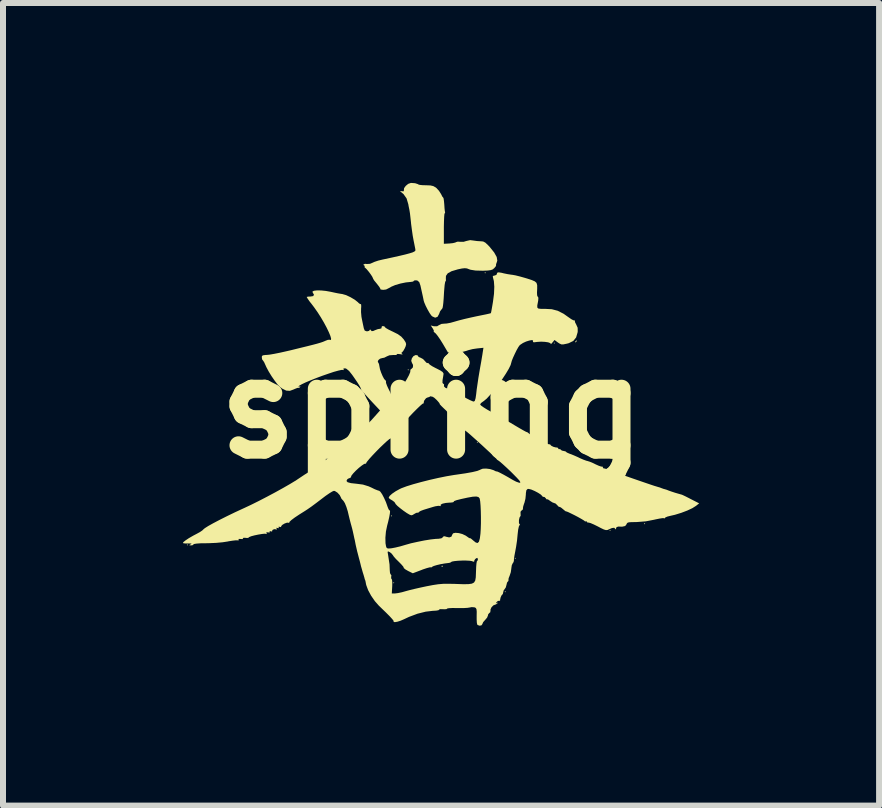
<source format=kicad_pcb>
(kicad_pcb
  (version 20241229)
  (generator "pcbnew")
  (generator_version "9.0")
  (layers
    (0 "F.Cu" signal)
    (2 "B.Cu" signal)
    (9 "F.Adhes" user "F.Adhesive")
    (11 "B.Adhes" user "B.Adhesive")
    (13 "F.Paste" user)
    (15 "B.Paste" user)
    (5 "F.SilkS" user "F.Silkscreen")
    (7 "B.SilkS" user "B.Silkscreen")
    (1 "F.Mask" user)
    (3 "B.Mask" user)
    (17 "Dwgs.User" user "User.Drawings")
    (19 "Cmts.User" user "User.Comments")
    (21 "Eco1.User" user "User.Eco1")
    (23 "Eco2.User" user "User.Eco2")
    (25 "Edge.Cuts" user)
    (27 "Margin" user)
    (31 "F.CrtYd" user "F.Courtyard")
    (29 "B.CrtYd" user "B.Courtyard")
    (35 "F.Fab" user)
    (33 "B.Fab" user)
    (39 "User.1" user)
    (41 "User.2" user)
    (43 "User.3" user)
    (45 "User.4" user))
  (footprint "spring"
    (layer "F.Cu")
    (at 4.156 3.758)
    (property "Reference" "spring" (at 0 0 0) (layer "F.SilkS") (effects (font (size 1.524 1.524) (thickness 0.3))))
    (attr board_only exclude_from_pos_files exclude_from_bom)
    (fp_poly (pts (xy -4.072 2.278) (xy -4.081 2.287) (xy -4.091 2.278) (xy -4.081 2.269)) (stroke (width 0) (type solid)) (fill yes) (layer "F.SilkS"))
    (fp_poly (pts (xy -0.669 1.794) (xy -0.679 1.804) (xy -0.688 1.794) (xy -0.679 1.785)) (stroke (width 0) (type solid)) (fill yes) (layer "F.SilkS"))
    (fp_poly (pts (xy -0.632 2.91) (xy -0.642 2.919) (xy -0.651 2.91) (xy -0.642 2.901)) (stroke (width 0) (type solid)) (fill yes) (layer "F.SilkS"))
    (fp_poly (pts (xy -0.39 -0.642) (xy -0.4 -0.632) (xy -0.409 -0.642) (xy -0.4 -0.651)) (stroke (width 0) (type solid)) (fill yes) (layer "F.SilkS"))
    (fp_poly (pts (xy 0.762 0.567) (xy 0.753 0.576) (xy 0.744 0.567) (xy 0.753 0.558)) (stroke (width 0) (type solid)) (fill yes) (layer "F.SilkS"))
    (fp_poly (pts (xy 0.893 -2.259) (xy 0.883 -2.25) (xy 0.874 -2.259) (xy 0.883 -2.269)) (stroke (width 0) (type solid)) (fill yes) (layer "F.SilkS"))
    (fp_poly (pts (xy 1.227 3.059) (xy 1.218 3.068) (xy 1.209 3.059) (xy 1.218 3.049)) (stroke (width 0) (type solid)) (fill yes) (layer "F.SilkS"))
    (fp_poly (pts (xy 1.395 2.501) (xy 1.385 2.51) (xy 1.376 2.501) (xy 1.385 2.492)) (stroke (width 0) (type solid)) (fill yes) (layer "F.SilkS"))
    (fp_poly (pts (xy 2.045 -1.088) (xy 2.036 -1.078) (xy 2.027 -1.088) (xy 2.036 -1.097)) (stroke (width 0) (type solid)) (fill yes) (layer "F.SilkS"))
    (fp_poly (pts (xy 2.975 2.036) (xy 2.966 2.045) (xy 2.957 2.036) (xy 2.966 2.027)) (stroke (width 0) (type solid)) (fill yes) (layer "F.SilkS"))
    (fp_poly (pts (xy 3.552 1.925) (xy 3.542 1.934) (xy 3.533 1.925) (xy 3.542 1.915)) (stroke (width 0) (type solid)) (fill yes) (layer "F.SilkS"))
    (fp_poly (pts (xy 0.18 2.628) (xy 0.177 2.639) (xy 0.167 2.64) (xy 0.152 2.634) (xy 0.155 2.628) (xy 0.177 2.626)) (stroke (width 0) (type solid)) (fill yes) (layer "F.SilkS"))
    (fp_poly (pts (xy 2.411 -1.122) (xy 2.408 -1.116) (xy 2.39 -1.098) (xy 2.387 -1.097) (xy 2.386 -1.109) (xy 2.389 -1.116) (xy 2.407 -1.133) (xy 2.41 -1.134)) (stroke (width 0) (type solid)) (fill yes) (layer "F.SilkS"))
    (fp_poly (pts (xy -0.285 -3.753) (xy -0.238 -3.738) (xy -0.23 -3.732) (xy -0.206 -3.725) (xy -0.156 -3.72) (xy -0.101 -3.719) (xy -0.029 -3.716) (xy 0.019 -3.705) (xy 0.058 -3.683) (xy 0.071 -3.673) (xy 0.114 -3.626) (xy 0.147 -3.574) (xy 0.149 -3.571) (xy 0.168 -3.532) (xy 0.183 -3.514) (xy 0.184 -3.514) (xy 0.191 -3.497) (xy 0.197 -3.453) (xy 0.202 -3.399) (xy 0.206 -3.336) (xy 0.211 -3.288) (xy 0.216 -3.269) (xy 0.213 -3.254) (xy 0.21 -3.254) (xy 0.204 -3.237) (xy 0.2 -3.189) (xy 0.197 -3.117) (xy 0.195 -3.028) (xy 0.195 -2.998) (xy 0.195 -2.743) (xy 0.288 -2.748) (xy 0.345 -2.754) (xy 0.386 -2.764) (xy 0.397 -2.77) (xy 0.426 -2.779) (xy 0.469 -2.776) (xy 0.525 -2.776) (xy 0.567 -2.789) (xy 0.633 -2.804) (xy 0.682 -2.798) (xy 0.747 -2.789) (xy 0.809 -2.785) (xy 0.813 -2.785) (xy 0.851 -2.781) (xy 0.887 -2.762) (xy 0.93 -2.722) (xy 0.96 -2.69) (xy 1.034 -2.598) (xy 1.076 -2.523) (xy 1.086 -2.462) (xy 1.077 -2.434) (xy 1.065 -2.401) (xy 1.066 -2.386) (xy 1.061 -2.368) (xy 1.036 -2.338) (xy 1.035 -2.337) (xy 1.01 -2.316) (xy 0.977 -2.304) (xy 0.927 -2.297) (xy 0.851 -2.294) (xy 0.837 -2.294) (xy 0.723 -2.297) (xy 0.641 -2.31) (xy 0.617 -2.318) (xy 0.581 -2.332) (xy 0.544 -2.336) (xy 0.496 -2.331) (xy 0.424 -2.316) (xy 0.422 -2.315) (xy 0.324 -2.286) (xy 0.26 -2.251) (xy 0.23 -2.208) (xy 0.228 -2.165) (xy 0.23 -2.131) (xy 0.223 -2.12) (xy 0.216 -2.103) (xy 0.208 -2.056) (xy 0.202 -1.988) (xy 0.198 -1.938) (xy 0.192 -1.833) (xy 0.186 -1.758) (xy 0.18 -1.708) (xy 0.174 -1.676) (xy 0.165 -1.658) (xy 0.154 -1.646) (xy 0.153 -1.646) (xy 0.131 -1.615) (xy 0.115 -1.571) (xy 0.089 -1.525) (xy 0.05 -1.511) (xy 0.004 -1.531) (xy -0.014 -1.547) (xy -0.042 -1.587) (xy -0.076 -1.646) (xy -0.109 -1.711) (xy -0.133 -1.768) (xy -0.141 -1.794) (xy -0.146 -1.819) (xy -0.156 -1.868) (xy -0.17 -1.931) (xy -0.184 -1.994) (xy -0.195 -2.045) (xy -0.215 -2.103) (xy -0.246 -2.13) (xy -0.27 -2.134) (xy -0.302 -2.13) (xy -0.308 -2.122) (xy -0.319 -2.113) (xy -0.35 -2.108) (xy -0.438 -2.099) (xy -0.53 -2.08) (xy -0.616 -2.055) (xy -0.682 -2.027) (xy -0.701 -2.015) (xy -0.768 -1.981) (xy -0.817 -1.975) (xy -0.853 -1.98) (xy -0.865 -1.986) (xy -0.864 -1.987) (xy -0.866 -1.999) (xy -0.884 -2.028) (xy -0.922 -2.077) (xy -0.968 -2.133) (xy -0.985 -2.162) (xy -0.988 -2.171) (xy -1 -2.196) (xy -1.027 -2.237) (xy -1.061 -2.282) (xy -1.093 -2.32) (xy -1.116 -2.342) (xy -1.12 -2.343) (xy -1.128 -2.354) (xy -1.125 -2.361) (xy -1.127 -2.379) (xy -1.134 -2.38) (xy -1.146 -2.391) (xy -1.144 -2.399) (xy -1.119 -2.409) (xy -1.088 -2.406) (xy -1.037 -2.409) (xy -1.001 -2.424) (xy -0.961 -2.442) (xy -0.898 -2.463) (xy -0.827 -2.48) (xy -0.669 -2.514) (xy -0.544 -2.542) (xy -0.447 -2.565) (xy -0.377 -2.584) (xy -0.328 -2.599) (xy -0.298 -2.613) (xy -0.283 -2.625) (xy -0.279 -2.636) (xy -0.282 -2.66) (xy -0.292 -2.71) (xy -0.305 -2.776) (xy -0.308 -2.789) (xy -0.324 -2.877) (xy -0.339 -2.982) (xy -0.352 -3.082) (xy -0.353 -3.097) (xy -0.362 -3.178) (xy -0.37 -3.249) (xy -0.378 -3.299) (xy -0.38 -3.311) (xy -0.392 -3.368) (xy -0.398 -3.403) (xy -0.427 -3.5) (xy -0.478 -3.572) (xy -0.496 -3.587) (xy -0.529 -3.614) (xy -0.533 -3.623) (xy -0.51 -3.62) (xy -0.505 -3.619) (xy -0.474 -3.618) (xy -0.472 -3.635) (xy -0.472 -3.636) (xy -0.468 -3.671) (xy -0.44 -3.709) (xy -0.4 -3.742) (xy -0.357 -3.757) (xy -0.353 -3.758)) (stroke (width 0) (type solid)) (fill yes) (layer "F.SilkS"))
    (fp_poly (pts (xy 1.159 -2.259) (xy 1.19 -2.251) (xy 1.253 -2.238) (xy 1.323 -2.227) (xy 1.336 -2.226) (xy 1.391 -2.216) (xy 1.467 -2.197) (xy 1.552 -2.173) (xy 1.582 -2.164) (xy 1.662 -2.138) (xy 1.712 -2.116) (xy 1.74 -2.091) (xy 1.751 -2.052) (xy 1.751 -1.992) (xy 1.748 -1.929) (xy 1.75 -1.884) (xy 1.759 -1.861) (xy 1.763 -1.859) (xy 1.771 -1.843) (xy 1.768 -1.798) (xy 1.765 -1.78) (xy 1.753 -1.717) (xy 1.753 -1.68) (xy 1.771 -1.663) (xy 1.814 -1.658) (xy 1.883 -1.658) (xy 1.995 -1.652) (xy 2.094 -1.626) (xy 2.192 -1.576) (xy 2.271 -1.52) (xy 2.32 -1.486) (xy 2.356 -1.467) (xy 2.371 -1.466) (xy 2.379 -1.465) (xy 2.378 -1.46) (xy 2.383 -1.433) (xy 2.404 -1.393) (xy 2.404 -1.392) (xy 2.426 -1.343) (xy 2.427 -1.283) (xy 2.425 -1.266) (xy 2.4 -1.181) (xy 2.353 -1.123) (xy 2.278 -1.086) (xy 2.248 -1.078) (xy 2.19 -1.066) (xy 2.153 -1.066) (xy 2.121 -1.081) (xy 2.097 -1.097) (xy 2.04 -1.139) (xy 2.004 -1.095) (xy 1.982 -1.071) (xy 1.978 -1.07) (xy 1.979 -1.072) (xy 1.97 -1.087) (xy 1.934 -1.1) (xy 1.879 -1.108) (xy 1.816 -1.111) (xy 1.754 -1.107) (xy 1.744 -1.106) (xy 1.696 -1.1) (xy 1.679 -1.107) (xy 1.682 -1.114) (xy 1.682 -1.132) (xy 1.658 -1.137) (xy 1.617 -1.129) (xy 1.566 -1.113) (xy 1.514 -1.089) (xy 1.47 -1.06) (xy 1.459 -1.051) (xy 1.438 -1.022) (xy 1.409 -0.971) (xy 1.378 -0.908) (xy 1.349 -0.845) (xy 1.328 -0.793) (xy 1.32 -0.764) (xy 1.308 -0.721) (xy 1.276 -0.656) (xy 1.228 -0.576) (xy 1.169 -0.486) (xy 1.103 -0.394) (xy 1.035 -0.305) (xy 0.969 -0.226) (xy 0.91 -0.162) (xy 0.861 -0.121) (xy 0.849 -0.113) (xy 0.814 -0.087) (xy 0.8 -0.064) (xy 0.815 -0.046) (xy 0.857 -0.016) (xy 0.918 0.022) (xy 0.981 0.057) (xy 1.073 0.108) (xy 1.182 0.17) (xy 1.292 0.234) (xy 1.371 0.281) (xy 1.449 0.327) (xy 1.513 0.364) (xy 1.559 0.389) (xy 1.58 0.398) (xy 1.581 0.398) (xy 1.592 0.402) (xy 1.617 0.423) (xy 1.652 0.449) (xy 1.705 0.482) (xy 1.769 0.518) (xy 1.835 0.552) (xy 1.894 0.58) (xy 1.938 0.598) (xy 1.959 0.601) (xy 1.959 0.601) (xy 1.97 0.603) (xy 1.971 0.609) (xy 1.987 0.625) (xy 2.023 0.643) (xy 2.063 0.653) (xy 2.087 0.654) (xy 2.101 0.665) (xy 2.101 0.67) (xy 2.112 0.682) (xy 2.118 0.68) (xy 2.139 0.683) (xy 2.142 0.689) (xy 2.163 0.705) (xy 2.19 0.711) (xy 2.222 0.718) (xy 2.231 0.725) (xy 2.247 0.738) (xy 2.286 0.755) (xy 2.301 0.761) (xy 2.361 0.784) (xy 2.431 0.815) (xy 2.459 0.829) (xy 2.518 0.855) (xy 2.57 0.874) (xy 2.59 0.879) (xy 2.629 0.891) (xy 2.686 0.915) (xy 2.726 0.935) (xy 2.78 0.959) (xy 2.819 0.972) (xy 2.833 0.972) (xy 2.844 0.975) (xy 2.845 0.982) (xy 2.854 1.001) (xy 2.859 1.001) (xy 2.884 1.006) (xy 2.926 1.02) (xy 2.929 1.021) (xy 2.972 1.038) (xy 3.04 1.063) (xy 3.129 1.095) (xy 3.23 1.13) (xy 3.338 1.168) (xy 3.445 1.205) (xy 3.547 1.24) (xy 3.635 1.27) (xy 3.704 1.293) (xy 3.747 1.306) (xy 3.756 1.309) (xy 3.798 1.321) (xy 3.815 1.328) (xy 3.856 1.343) (xy 3.871 1.347) (xy 3.906 1.357) (xy 3.944 1.372) (xy 3.989 1.388) (xy 4.053 1.409) (xy 4.119 1.428) (xy 4.165 1.441) (xy 4.185 1.45) (xy 4.229 1.471) (xy 4.29 1.502) (xy 4.313 1.514) (xy 4.452 1.585) (xy 4.399 1.627) (xy 4.339 1.665) (xy 4.254 1.705) (xy 4.154 1.743) (xy 4.05 1.775) (xy 3.981 1.791) (xy 3.924 1.805) (xy 3.888 1.82) (xy 3.881 1.831) (xy 3.882 1.838) (xy 3.872 1.833) (xy 3.844 1.831) (xy 3.791 1.839) (xy 3.722 1.853) (xy 3.701 1.858) (xy 3.561 1.885) (xy 3.419 1.896) (xy 3.402 1.897) (xy 3.326 1.898) (xy 3.28 1.901) (xy 3.255 1.91) (xy 3.243 1.926) (xy 3.241 1.934) (xy 3.218 1.963) (xy 3.168 1.974) (xy 3.101 1.972) (xy 3.072 1.984) (xy 3.067 2.002) (xy 3.062 2.021) (xy 3.056 2.013) (xy 3.035 1.992) (xy 2.997 1.997) (xy 2.951 2.017) (xy 2.924 2.029) (xy 2.898 2.031) (xy 2.864 2.021) (xy 2.813 1.997) (xy 2.76 1.969) (xy 2.695 1.937) (xy 2.641 1.914) (xy 2.608 1.905) (xy 2.603 1.906) (xy 2.586 1.904) (xy 2.585 1.897) (xy 2.574 1.884) (xy 2.568 1.886) (xy 2.547 1.886) (xy 2.544 1.881) (xy 2.527 1.868) (xy 2.487 1.844) (xy 2.432 1.813) (xy 2.371 1.781) (xy 2.312 1.752) (xy 2.264 1.729) (xy 2.236 1.719) (xy 2.231 1.719) (xy 2.22 1.714) (xy 2.19 1.689) (xy 2.182 1.682) (xy 2.147 1.654) (xy 2.125 1.644) (xy 2.123 1.645) (xy 2.107 1.639) (xy 2.088 1.618) (xy 2.059 1.589) (xy 2.038 1.581) (xy 2.007 1.57) (xy 1.966 1.544) (xy 1.964 1.542) (xy 1.932 1.52) (xy 1.915 1.517) (xy 1.915 1.519) (xy 1.907 1.518) (xy 1.895 1.501) (xy 1.873 1.479) (xy 1.86 1.478) (xy 1.841 1.473) (xy 1.836 1.464) (xy 1.812 1.439) (xy 1.766 1.409) (xy 1.709 1.379) (xy 1.653 1.355) (xy 1.608 1.344) (xy 1.593 1.344) (xy 1.571 1.366) (xy 1.563 1.413) (xy 1.562 1.438) (xy 1.555 1.508) (xy 1.538 1.577) (xy 1.533 1.588) (xy 1.518 1.635) (xy 1.513 1.668) (xy 1.515 1.672) (xy 1.509 1.691) (xy 1.495 1.7) (xy 1.473 1.725) (xy 1.474 1.757) (xy 1.475 1.792) (xy 1.468 1.804) (xy 1.457 1.82) (xy 1.448 1.86) (xy 1.447 1.869) (xy 1.447 1.913) (xy 1.457 1.934) (xy 1.459 1.934) (xy 1.466 1.941) (xy 1.457 1.948) (xy 1.445 1.972) (xy 1.434 2.023) (xy 1.426 2.092) (xy 1.424 2.111) (xy 1.415 2.205) (xy 1.4 2.306) (xy 1.385 2.388) (xy 1.372 2.455) (xy 1.364 2.508) (xy 1.363 2.536) (xy 1.363 2.537) (xy 1.357 2.565) (xy 1.345 2.581) (xy 1.328 2.616) (xy 1.32 2.667) (xy 1.32 2.671) (xy 1.311 2.734) (xy 1.292 2.791) (xy 1.275 2.833) (xy 1.272 2.861) (xy 1.273 2.863) (xy 1.27 2.882) (xy 1.264 2.885) (xy 1.248 2.907) (xy 1.239 2.945) (xy 1.227 2.988) (xy 1.211 3.011) (xy 1.191 3.039) (xy 1.185 3.065) (xy 1.178 3.097) (xy 1.17 3.105) (xy 1.156 3.121) (xy 1.141 3.155) (xy 1.133 3.191) (xy 1.133 3.204) (xy 1.124 3.212) (xy 1.118 3.209) (xy 1.095 3.213) (xy 1.076 3.23) (xy 1.06 3.252) (xy 1.069 3.25) (xy 1.077 3.245) (xy 1.094 3.24) (xy 1.09 3.251) (xy 1.062 3.271) (xy 1.052 3.273) (xy 1.019 3.287) (xy 0.988 3.32) (xy 0.972 3.357) (xy 0.973 3.373) (xy 0.968 3.402) (xy 0.956 3.41) (xy 0.934 3.435) (xy 0.93 3.455) (xy 0.916 3.49) (xy 0.884 3.528) (xy 0.883 3.529) (xy 0.851 3.565) (xy 0.837 3.597) (xy 0.837 3.598) (xy 0.822 3.619) (xy 0.791 3.625) (xy 0.76 3.614) (xy 0.751 3.605) (xy 0.745 3.576) (xy 0.742 3.523) (xy 0.742 3.457) (xy 0.743 3.39) (xy 0.739 3.35) (xy 0.727 3.329) (xy 0.708 3.319) (xy 0.659 3.315) (xy 0.628 3.321) (xy 0.591 3.327) (xy 0.528 3.331) (xy 0.45 3.331) (xy 0.412 3.331) (xy 0.338 3.33) (xy 0.282 3.333) (xy 0.251 3.338) (xy 0.248 3.342) (xy 0.238 3.349) (xy 0.201 3.351) (xy 0.182 3.35) (xy 0.138 3.349) (xy 0.116 3.355) (xy 0.116 3.359) (xy 0.105 3.367) (xy 0.065 3.374) (xy 0.01 3.377) (xy -0.108 3.391) (xy -0.244 3.425) (xy -0.386 3.478) (xy -0.467 3.516) (xy -0.527 3.542) (xy -0.581 3.559) (xy -0.623 3.566) (xy -0.643 3.561) (xy -0.642 3.552) (xy -0.646 3.539) (xy -0.668 3.512) (xy -0.709 3.467) (xy -0.773 3.403) (xy -0.862 3.317) (xy -0.887 3.293) (xy -0.955 3.216) (xy -1.018 3.125) (xy -1.068 3.032) (xy -1.099 2.948) (xy -1.104 2.926) (xy -1.111 2.887) (xy -1.116 2.868) (xy -1.124 2.85) (xy -1.13 2.825) (xy -1.144 2.777) (xy -1.158 2.733) (xy -1.174 2.676) (xy -1.186 2.635) (xy -1.189 2.622) (xy -1.194 2.601) (xy -1.206 2.553) (xy -1.223 2.49) (xy -1.225 2.482) (xy -1.245 2.405) (xy -1.248 2.395) (xy -0.743 2.395) (xy -0.737 2.432) (xy -0.736 2.438) (xy -0.711 2.603) (xy -0.707 2.701) (xy -0.703 2.746) (xy -0.693 2.769) (xy -0.69 2.771) (xy -0.68 2.785) (xy -0.683 2.808) (xy -0.684 2.837) (xy -0.676 2.845) (xy -0.669 2.862) (xy -0.665 2.906) (xy -0.666 2.966) (xy -0.673 3.087) (xy -0.617 3.087) (xy -0.57 3.081) (xy -0.504 3.067) (xy -0.444 3.05) (xy -0.378 3.032) (xy -0.287 3.01) (xy -0.185 2.987) (xy -0.091 2.967) (xy 0.014 2.947) (xy 0.1 2.934) (xy 0.181 2.927) (xy 0.269 2.926) (xy 0.378 2.928) (xy 0.402 2.929) (xy 0.519 2.933) (xy 0.604 2.932) (xy 0.662 2.924) (xy 0.698 2.905) (xy 0.718 2.872) (xy 0.727 2.821) (xy 0.73 2.748) (xy 0.731 2.717) (xy 0.734 2.642) (xy 0.739 2.585) (xy 0.745 2.552) (xy 0.748 2.548) (xy 0.761 2.532) (xy 0.762 2.52) (xy 0.755 2.494) (xy 0.733 2.501) (xy 0.715 2.517) (xy 0.7 2.544) (xy 0.702 2.556) (xy 0.697 2.559) (xy 0.666 2.55) (xy 0.662 2.548) (xy 0.626 2.542) (xy 0.568 2.539) (xy 0.5 2.539) (xy 0.431 2.542) (xy 0.371 2.548) (xy 0.329 2.556) (xy 0.316 2.564) (xy 0.3 2.574) (xy 0.274 2.579) (xy 0.211 2.587) (xy 0.142 2.599) (xy 0.078 2.614) (xy 0.028 2.629) (xy 0.002 2.641) (xy 0 2.644) (xy -0.011 2.653) (xy -0.017 2.651) (xy -0.041 2.652) (xy -0.09 2.665) (xy -0.156 2.687) (xy -0.178 2.696) (xy -0.323 2.751) (xy -0.402 2.712) (xy -0.447 2.686) (xy -0.472 2.665) (xy -0.474 2.658) (xy -0.482 2.64) (xy -0.512 2.605) (xy -0.555 2.561) (xy -0.604 2.513) (xy -0.64 2.472) (xy -0.656 2.448) (xy -0.681 2.418) (xy -0.708 2.398) (xy -0.735 2.386) (xy -0.743 2.395) (xy -1.248 2.395) (xy -1.263 2.33) (xy -1.275 2.278) (xy -1.285 2.226) (xy -1.292 2.19) (xy -1.294 2.185) (xy -1.301 2.153) (xy -1.308 2.12) (xy -1.323 2.051) (xy -1.335 2.002) (xy -1.348 1.954) (xy -1.359 1.915) (xy -1.374 1.857) (xy -1.386 1.808) (xy -1.389 1.796) (xy -1.407 1.719) (xy -1.43 1.645) (xy -1.455 1.583) (xy -1.479 1.544) (xy -1.484 1.539) (xy -1.513 1.507) (xy -1.521 1.488) (xy -1.542 1.447) (xy -1.58 1.406) (xy -1.621 1.38) (xy -1.638 1.376) (xy -1.665 1.387) (xy -1.714 1.417) (xy -1.778 1.461) (xy -1.85 1.516) (xy -1.854 1.519) (xy -1.933 1.579) (xy -2.011 1.637) (xy -2.077 1.683) (xy -2.12 1.711) (xy -2.214 1.77) (xy -2.292 1.822) (xy -2.348 1.864) (xy -2.38 1.894) (xy -2.384 1.907) (xy -2.384 1.913) (xy -2.394 1.908) (xy -2.421 1.907) (xy -2.46 1.921) (xy -2.496 1.942) (xy -2.517 1.964) (xy -2.518 1.974) (xy -2.523 1.981) (xy -2.54 1.977) (xy -2.562 1.974) (xy -2.559 1.986) (xy -2.558 2) (xy -2.577 1.996) (xy -2.599 1.992) (xy -2.594 2.008) (xy -2.589 2.024) (xy -2.599 2.02) (xy -2.627 2.015) (xy -2.656 2.024) (xy -2.669 2.041) (xy -2.667 2.047) (xy -2.672 2.055) (xy -2.689 2.051) (xy -2.711 2.048) (xy -2.709 2.059) (xy -2.711 2.072) (xy -2.736 2.069) (xy -2.764 2.066) (xy -2.762 2.081) (xy -2.761 2.083) (xy -2.756 2.098) (xy -2.768 2.094) (xy -2.794 2.091) (xy -2.841 2.096) (xy -2.901 2.106) (xy -2.963 2.119) (xy -3.016 2.133) (xy -3.051 2.147) (xy -3.06 2.155) (xy -3.07 2.162) (xy -3.105 2.161) (xy -3.109 2.16) (xy -3.147 2.159) (xy -3.155 2.17) (xy -3.155 2.17) (xy -3.161 2.181) (xy -3.192 2.179) (xy -3.226 2.178) (xy -3.228 2.191) (xy -3.228 2.205) (xy -3.242 2.202) (xy -3.272 2.201) (xy -3.327 2.207) (xy -3.397 2.218) (xy -3.409 2.221) (xy -3.495 2.234) (xy -3.603 2.244) (xy -3.717 2.249) (xy -3.765 2.25) (xy -3.86 2.251) (xy -3.93 2.256) (xy -3.971 2.263) (xy -3.979 2.269) (xy -3.995 2.283) (xy -4.021 2.286) (xy -4.05 2.284) (xy -4.043 2.276) (xy -4.026 2.268) (xy -4.011 2.258) (xy -4.027 2.254) (xy -4.067 2.254) (xy -4.118 2.254) (xy -4.151 2.249) (xy -4.156 2.247) (xy -4.148 2.231) (xy -4.113 2.203) (xy -4.058 2.166) (xy -3.987 2.125) (xy -3.928 2.094) (xy -3.873 2.064) (xy -3.832 2.036) (xy -3.818 2.022) (xy -3.791 1.999) (xy -3.734 1.963) (xy -3.652 1.917) (xy -3.547 1.862) (xy -3.426 1.801) (xy -3.29 1.735) (xy -3.145 1.668) (xy -3.136 1.664) (xy -3.021 1.61) (xy -2.892 1.546) (xy -2.755 1.475) (xy -2.618 1.402) (xy -2.488 1.33) (xy -2.373 1.264) (xy -2.287 1.212) (xy -1.429 1.212) (xy -1.409 1.233) (xy -1.354 1.248) (xy -1.262 1.258) (xy -1.262 1.258) (xy -1.154 1.272) (xy -1.06 1.301) (xy -1.015 1.321) (xy -0.956 1.35) (xy -0.907 1.369) (xy -0.883 1.376) (xy -0.863 1.392) (xy -0.834 1.434) (xy -0.802 1.495) (xy -0.771 1.564) (xy -0.746 1.634) (xy -0.744 1.641) (xy -0.727 1.683) (xy -0.712 1.703) (xy -0.708 1.702) (xy -0.702 1.712) (xy -0.705 1.752) (xy -0.716 1.814) (xy -0.734 1.893) (xy -0.751 1.958) (xy -0.771 2.055) (xy -0.78 2.157) (xy -0.778 2.25) (xy -0.769 2.302) (xy -0.759 2.327) (xy -0.738 2.338) (xy -0.696 2.336) (xy -0.672 2.333) (xy -0.61 2.321) (xy -0.531 2.302) (xy -0.449 2.278) (xy -0.446 2.277) (xy -0.354 2.251) (xy -0.245 2.227) (xy -0.132 2.204) (xy -0.026 2.187) (xy 0.063 2.177) (xy 0.103 2.176) (xy 0.154 2.168) (xy 0.179 2.149) (xy 0.194 2.132) (xy 0.226 2.139) (xy 0.233 2.142) (xy 0.284 2.153) (xy 0.321 2.14) (xy 0.335 2.106) (xy 0.35 2.084) (xy 0.39 2.076) (xy 0.445 2.081) (xy 0.504 2.097) (xy 0.559 2.123) (xy 0.572 2.132) (xy 0.609 2.158) (xy 0.63 2.168) (xy 0.632 2.166) (xy 0.644 2.17) (xy 0.673 2.194) (xy 0.683 2.203) (xy 0.727 2.238) (xy 0.758 2.246) (xy 0.78 2.224) (xy 0.795 2.17) (xy 0.805 2.092) (xy 0.81 2.012) (xy 0.813 1.917) (xy 0.813 1.815) (xy 0.811 1.715) (xy 0.807 1.625) (xy 0.801 1.553) (xy 0.793 1.507) (xy 0.791 1.502) (xy 0.772 1.48) (xy 0.737 1.471) (xy 0.678 1.474) (xy 0.592 1.489) (xy 0.482 1.513) (xy 0.407 1.532) (xy 0.367 1.547) (xy 0.36 1.558) (xy 0.349 1.567) (xy 0.312 1.572) (xy 0.3 1.572) (xy 0.228 1.578) (xy 0.173 1.59) (xy 0.143 1.606) (xy 0.142 1.621) (xy 0.143 1.633) (xy 0.133 1.629) (xy 0.103 1.626) (xy 0.053 1.634) (xy 0.023 1.642) (xy -0.05 1.664) (xy -0.125 1.687) (xy -0.144 1.693) (xy -0.192 1.711) (xy -0.22 1.728) (xy -0.223 1.733) (xy -0.234 1.742) (xy -0.239 1.74) (xy -0.264 1.743) (xy -0.29 1.757) (xy -0.327 1.779) (xy -0.349 1.784) (xy -0.376 1.774) (xy -0.422 1.747) (xy -0.477 1.709) (xy -0.532 1.667) (xy -0.579 1.628) (xy -0.608 1.598) (xy -0.614 1.587) (xy -0.629 1.563) (xy -0.665 1.536) (xy -0.669 1.534) (xy -0.707 1.511) (xy -0.725 1.492) (xy -0.725 1.491) (xy -0.71 1.462) (xy -0.668 1.424) (xy -0.608 1.383) (xy -0.539 1.345) (xy -0.511 1.332) (xy -0.428 1.301) (xy -0.316 1.266) (xy -0.185 1.23) (xy -0.043 1.194) (xy 0.102 1.161) (xy 0.24 1.133) (xy 0.364 1.112) (xy 0.4 1.107) (xy 0.551 1.085) (xy 0.669 1.064) (xy 0.753 1.044) (xy 0.801 1.025) (xy 0.808 1.02) (xy 0.844 1.007) (xy 0.901 1.005) (xy 0.964 1.013) (xy 1.019 1.03) (xy 1.024 1.032) (xy 1.06 1.05) (xy 1.078 1.054) (xy 1.078 1.053) (xy 1.093 1.057) (xy 1.133 1.076) (xy 1.19 1.106) (xy 1.258 1.144) (xy 1.328 1.185) (xy 1.347 1.196) (xy 1.401 1.224) (xy 1.447 1.24) (xy 1.465 1.242) (xy 1.47 1.231) (xy 1.453 1.203) (xy 1.411 1.157) (xy 1.344 1.089) (xy 1.308 1.053) (xy 1.239 0.988) (xy 1.179 0.933) (xy 1.133 0.893) (xy 1.107 0.873) (xy 1.103 0.871) (xy 1.082 0.857) (xy 1.074 0.846) (xy 1.057 0.828) (xy 1.019 0.791) (xy 0.965 0.74) (xy 0.9 0.68) (xy 0.829 0.614) (xy 0.757 0.549) (xy 0.689 0.488) (xy 0.631 0.436) (xy 0.586 0.398) (xy 0.561 0.379) (xy 0.558 0.377) (xy 0.545 0.368) (xy 0.512 0.338) (xy 0.463 0.291) (xy 0.414 0.243) (xy 0.355 0.185) (xy 0.309 0.136) (xy 0.281 0.103) (xy 0.274 0.09) (xy 0.264 0.073) (xy 0.233 0.038) (xy 0.195 0.002) (xy 0.154 -0.038) (xy 0.129 -0.065) (xy 0.125 -0.074) (xy 0.121 -0.086) (xy 0.096 -0.116) (xy 0.075 -0.139) (xy 0.036 -0.175) (xy 0.007 -0.193) (xy -0.002 -0.194) (xy -0.023 -0.199) (xy -0.029 -0.206) (xy -0.048 -0.208) (xy -0.078 -0.19) (xy -0.11 -0.159) (xy -0.134 -0.126) (xy -0.141 -0.099) (xy -0.14 -0.097) (xy -0.14 -0.081) (xy -0.147 -0.083) (xy -0.164 -0.073) (xy -0.202 -0.04) (xy -0.254 0.01) (xy -0.318 0.074) (xy -0.387 0.147) (xy -0.459 0.223) (xy -0.527 0.297) (xy -0.587 0.366) (xy -0.636 0.423) (xy -0.668 0.464) (xy -0.678 0.484) (xy -0.678 0.485) (xy -0.682 0.5) (xy -0.692 0.502) (xy -0.714 0.514) (xy -0.755 0.548) (xy -0.808 0.597) (xy -0.87 0.656) (xy -0.933 0.72) (xy -0.993 0.783) (xy -1.045 0.84) (xy -1.083 0.886) (xy -1.102 0.914) (xy -1.102 0.92) (xy -1.101 0.927) (xy -1.111 0.922) (xy -1.134 0.928) (xy -1.174 0.955) (xy -1.223 0.994) (xy -1.273 1.04) (xy -1.316 1.085) (xy -1.345 1.121) (xy -1.352 1.14) (xy -1.363 1.16) (xy -1.37 1.161) (xy -1.402 1.174) (xy -1.416 1.185) (xy -1.429 1.212) (xy -2.287 1.212) (xy -2.279 1.208) (xy -2.241 1.182) (xy -2.181 1.142) (xy -2.13 1.108) (xy -2.098 1.088) (xy -2.098 1.088) (xy -1.982 1.013) (xy -1.847 0.917) (xy -1.701 0.805) (xy -1.548 0.683) (xy -1.398 0.557) (xy -1.255 0.431) (xy -1.127 0.312) (xy -1.021 0.206) (xy -0.983 0.164) (xy -0.869 0.036) (xy -0.978 -0.08) (xy -1.057 -0.165) (xy -1.12 -0.235) (xy -1.165 -0.287) (xy -1.188 -0.318) (xy -1.19 -0.325) (xy -1.193 -0.34) (xy -1.214 -0.379) (xy -1.251 -0.438) (xy -1.301 -0.511) (xy -1.334 -0.558) (xy -1.385 -0.622) (xy -1.43 -0.659) (xy -1.449 -0.666) (xy -1.479 -0.665) (xy -1.477 -0.649) (xy -1.474 -0.635) (xy -1.484 -0.639) (xy -1.512 -0.64) (xy -1.566 -0.628) (xy -1.642 -0.607) (xy -1.731 -0.577) (xy -1.829 -0.543) (xy -1.928 -0.506) (xy -2.023 -0.468) (xy -2.107 -0.433) (xy -2.174 -0.401) (xy -2.218 -0.376) (xy -2.231 -0.361) (xy -2.219 -0.36) (xy -2.21 -0.364) (xy -2.197 -0.367) (xy -2.202 -0.355) (xy -2.22 -0.34) (xy -2.226 -0.342) (xy -2.247 -0.34) (xy -2.288 -0.324) (xy -2.31 -0.314) (xy -2.373 -0.291) (xy -2.433 -0.295) (xy -2.498 -0.327) (xy -2.539 -0.358) (xy -2.577 -0.396) (xy -2.625 -0.459) (xy -2.677 -0.534) (xy -2.726 -0.614) (xy -2.765 -0.687) (xy -2.781 -0.723) (xy -2.802 -0.769) (xy -2.82 -0.796) (xy -2.824 -0.8) (xy -2.835 -0.815) (xy -2.84 -0.843) (xy -2.839 -0.87) (xy -2.823 -0.883) (xy -2.782 -0.889) (xy -2.756 -0.89) (xy -2.708 -0.895) (xy -2.633 -0.908) (xy -2.538 -0.927) (xy -2.431 -0.951) (xy -2.361 -0.967) (xy -2.207 -1.005) (xy -2.084 -1.035) (xy -1.989 -1.059) (xy -1.917 -1.078) (xy -1.863 -1.094) (xy -1.824 -1.107) (xy -1.795 -1.119) (xy -1.779 -1.126) (xy -1.737 -1.142) (xy -1.709 -1.143) (xy -1.709 -1.142) (xy -1.688 -1.139) (xy -1.685 -1.161) (xy -1.697 -1.206) (xy -1.723 -1.269) (xy -1.759 -1.344) (xy -1.804 -1.428) (xy -1.855 -1.515) (xy -1.91 -1.601) (xy -1.967 -1.682) (xy -2.001 -1.727) (xy -2.045 -1.783) (xy -2.076 -1.828) (xy -2.091 -1.854) (xy -2.091 -1.857) (xy -2.069 -1.862) (xy -2.027 -1.864) (xy -1.983 -1.871) (xy -1.971 -1.895) (xy -1.991 -1.928) (xy -1.996 -1.947) (xy -1.97 -1.96) (xy -1.92 -1.966) (xy -1.852 -1.965) (xy -1.773 -1.957) (xy -1.69 -1.942) (xy -1.621 -1.927) (xy -1.572 -1.917) (xy -1.525 -1.909) (xy -1.498 -1.905) (xy -1.435 -1.887) (xy -1.361 -1.852) (xy -1.29 -1.81) (xy -1.236 -1.767) (xy -1.227 -1.756) (xy -1.202 -1.738) (xy -1.19 -1.738) (xy -1.184 -1.728) (xy -1.183 -1.69) (xy -1.185 -1.669) (xy -1.186 -1.603) (xy -1.179 -1.525) (xy -1.172 -1.488) (xy -1.158 -1.42) (xy -1.145 -1.359) (xy -1.14 -1.334) (xy -1.124 -1.295) (xy -1.089 -1.283) (xy -1.086 -1.283) (xy -1.052 -1.291) (xy -1.041 -1.306) (xy -1.035 -1.317) (xy -1.024 -1.303) (xy -1.007 -1.286) (xy -0.98 -1.29) (xy -0.954 -1.302) (xy -0.906 -1.32) (xy -0.868 -1.326) (xy -0.844 -1.335) (xy -0.844 -1.349) (xy -0.838 -1.368) (xy -0.818 -1.371) (xy -0.791 -1.362) (xy -0.787 -1.353) (xy -0.773 -1.339) (xy -0.732 -1.315) (xy -0.673 -1.286) (xy -0.656 -1.278) (xy -0.572 -1.236) (xy -0.515 -1.195) (xy -0.474 -1.149) (xy -0.472 -1.146) (xy -0.443 -1.101) (xy -0.434 -1.07) (xy -0.441 -1.037) (xy -0.456 -1.002) (xy -0.481 -0.958) (xy -0.503 -0.932) (xy -0.51 -0.929) (xy -0.514 -0.921) (xy -0.502 -0.91) (xy -0.492 -0.898) (xy -0.513 -0.899) (xy -0.537 -0.903) (xy -0.576 -0.907) (xy -0.59 -0.901) (xy -0.589 -0.898) (xy -0.598 -0.889) (xy -0.633 -0.888) (xy -0.643 -0.889) (xy -0.712 -0.884) (xy -0.753 -0.867) (xy -0.798 -0.844) (xy -0.834 -0.837) (xy -0.869 -0.827) (xy -0.897 -0.804) (xy -0.907 -0.778) (xy -0.901 -0.766) (xy -0.887 -0.74) (xy -0.879 -0.697) (xy -0.87 -0.651) (xy -0.851 -0.595) (xy -0.827 -0.538) (xy -0.802 -0.491) (xy -0.781 -0.467) (xy -0.777 -0.465) (xy -0.768 -0.453) (xy -0.771 -0.447) (xy -0.769 -0.422) (xy -0.753 -0.377) (xy -0.736 -0.34) (xy -0.708 -0.284) (xy -0.687 -0.236) (xy -0.68 -0.218) (xy -0.668 -0.194) (xy -0.65 -0.191) (xy -0.622 -0.211) (xy -0.581 -0.258) (xy -0.531 -0.323) (xy -0.474 -0.404) (xy -0.425 -0.482) (xy -0.388 -0.55) (xy -0.366 -0.603) (xy -0.363 -0.633) (xy -0.364 -0.634) (xy -0.357 -0.651) (xy -0.344 -0.658) (xy -0.321 -0.683) (xy -0.319 -0.723) (xy -0.337 -0.758) (xy -0.349 -0.792) (xy -0.338 -0.835) (xy -0.311 -0.871) (xy -0.275 -0.888) (xy -0.269 -0.888) (xy -0.239 -0.88) (xy -0.235 -0.871) (xy -0.226 -0.856) (xy -0.197 -0.845) (xy -0.152 -0.821) (xy -0.121 -0.788) (xy -0.095 -0.759) (xy -0.074 -0.754) (xy -0.057 -0.751) (xy -0.056 -0.745) (xy -0.04 -0.728) (xy 0.001 -0.701) (xy 0.059 -0.67) (xy 0.07 -0.665) (xy 0.136 -0.631) (xy 0.174 -0.605) (xy 0.189 -0.582) (xy 0.189 -0.567) (xy 0.182 -0.522) (xy 0.173 -0.47) (xy 0.172 -0.424) (xy 0.185 -0.409) (xy 0.199 -0.4) (xy 0.198 -0.394) (xy 0.197 -0.365) (xy 0.223 -0.34) (xy 0.257 -0.33) (xy 0.289 -0.323) (xy 0.298 -0.317) (xy 0.313 -0.303) (xy 0.348 -0.285) (xy 0.387 -0.268) (xy 0.417 -0.26) (xy 0.42 -0.261) (xy 0.441 -0.251) (xy 0.444 -0.247) (xy 0.468 -0.227) (xy 0.515 -0.198) (xy 0.572 -0.166) (xy 0.629 -0.137) (xy 0.675 -0.117) (xy 0.695 -0.112) (xy 0.711 -0.125) (xy 0.724 -0.168) (xy 0.734 -0.237) (xy 0.742 -0.31) (xy 0.756 -0.405) (xy 0.771 -0.508) (xy 0.781 -0.567) (xy 0.801 -0.685) (xy 0.817 -0.773) (xy 0.828 -0.84) (xy 0.837 -0.893) (xy 0.844 -0.94) (xy 0.846 -0.951) (xy 0.855 -1.009) (xy 0.748 -0.998) (xy 0.674 -0.987) (xy 0.603 -0.969) (xy 0.572 -0.958) (xy 0.515 -0.943) (xy 0.441 -0.932) (xy 0.384 -0.93) (xy 0.264 -0.93) (xy 0.176 -1.079) (xy 0.133 -1.148) (xy 0.092 -1.207) (xy 0.06 -1.247) (xy 0.05 -1.255) (xy 0.026 -1.276) (xy 0.026 -1.283) (xy 0.028 -1.296) (xy 0.012 -1.328) (xy 0.009 -1.332) (xy -0.023 -1.381) (xy 0.028 -1.368) (xy 0.083 -1.368) (xy 0.112 -1.386) (xy 0.156 -1.407) (xy 0.198 -1.411) (xy 0.243 -1.414) (xy 0.307 -1.426) (xy 0.378 -1.446) (xy 0.448 -1.466) (xy 0.542 -1.49) (xy 0.647 -1.514) (xy 0.739 -1.534) (xy 0.827 -1.552) (xy 0.901 -1.567) (xy 0.954 -1.579) (xy 0.978 -1.586) (xy 0.979 -1.586) (xy 0.984 -1.606) (xy 0.993 -1.654) (xy 1.005 -1.723) (xy 1.014 -1.777) (xy 1.031 -1.909) (xy 1.036 -2.026) (xy 1.029 -2.121) (xy 1.014 -2.18) (xy 1.011 -2.206) (xy 1.038 -2.213) (xy 1.039 -2.213) (xy 1.071 -2.224) (xy 1.078 -2.241) (xy 1.085 -2.261) (xy 1.109 -2.267)) (stroke (width 0) (type solid)) (fill yes) (layer "F.SilkS")))
  (gr_rect
    (start -3 -3)
    (end 11.608 10.383)
    (stroke (width 0.1) (type default))
    (fill no)
    (layer "Edge.Cuts")))
</source>
